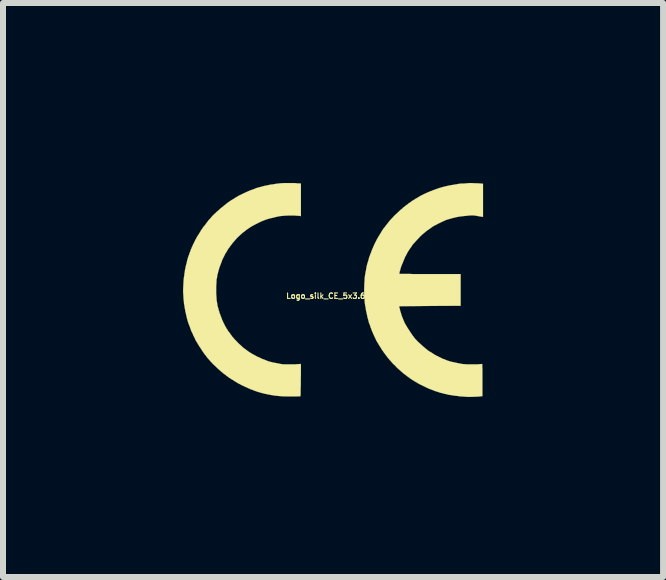
<source format=kicad_pcb>
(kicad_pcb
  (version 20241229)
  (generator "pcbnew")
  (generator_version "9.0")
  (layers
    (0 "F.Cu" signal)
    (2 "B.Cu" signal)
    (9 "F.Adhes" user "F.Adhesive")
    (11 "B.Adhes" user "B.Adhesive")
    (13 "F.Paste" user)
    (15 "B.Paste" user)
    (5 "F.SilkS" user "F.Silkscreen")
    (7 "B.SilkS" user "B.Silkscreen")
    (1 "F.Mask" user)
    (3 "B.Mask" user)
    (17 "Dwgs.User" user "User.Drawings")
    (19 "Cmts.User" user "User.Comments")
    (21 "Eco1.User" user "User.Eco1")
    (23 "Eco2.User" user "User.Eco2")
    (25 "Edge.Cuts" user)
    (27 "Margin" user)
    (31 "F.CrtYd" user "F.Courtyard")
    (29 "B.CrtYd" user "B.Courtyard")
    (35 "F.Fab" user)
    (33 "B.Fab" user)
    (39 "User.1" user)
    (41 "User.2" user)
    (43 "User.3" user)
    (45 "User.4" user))
  (footprint "Logo_silk_CE_5x3.6mm"
    (layer "F.Cu")
    (at 2.501 1.782)
    (property "Reference" "Logo_silk_CE_5x3.6mm" (at 0 0.1 0) (layer "F.SilkS") (effects (font (size 0.091 0.091) (thickness 0.018))))
    (attr through_hole)
    (fp_poly (pts (xy 2.499 -1.217) (xy 2.484 -1.219) (xy 2.438 -1.227) (xy 2.398 -1.234) (xy 2.362 -1.24) (xy 2.329 -1.242) (xy 2.304 -1.242) (xy 2.261 -1.24) (xy 2.212 -1.234) (xy 2.159 -1.229) (xy 2.103 -1.222) (xy 2.052 -1.212) (xy 2.007 -1.201) (xy 1.968 -1.191) (xy 1.933 -1.181) (xy 1.908 -1.173) (xy 1.882 -1.166) (xy 1.862 -1.156) (xy 1.839 -1.146) (xy 1.811 -1.133) (xy 1.781 -1.118) (xy 1.763 -1.11) (xy 1.725 -1.09) (xy 1.694 -1.074) (xy 1.666 -1.059) (xy 1.641 -1.041) (xy 1.613 -1.021) (xy 1.58 -0.998) (xy 1.562 -0.986) (xy 1.529 -0.958) (xy 1.491 -0.927) (xy 1.453 -0.892) (xy 1.417 -0.853) (xy 1.384 -0.818) (xy 1.359 -0.79) (xy 1.346 -0.775) (xy 1.333 -0.762) (xy 1.326 -0.752) (xy 1.318 -0.742) (xy 1.308 -0.726) (xy 1.303 -0.716) (xy 1.298 -0.709) (xy 1.29 -0.701) (xy 1.28 -0.686) (xy 1.265 -0.663) (xy 1.247 -0.635) (xy 1.229 -0.602) (xy 1.224 -0.592) (xy 1.217 -0.577) (xy 1.209 -0.564) (xy 1.206 -0.559) (xy 1.201 -0.551) (xy 1.196 -0.538) (xy 1.194 -0.531) (xy 1.186 -0.513) (xy 1.176 -0.493) (xy 1.176 -0.488) (xy 1.166 -0.465) (xy 1.156 -0.439) (xy 1.143 -0.411) (xy 1.135 -0.389) (xy 1.128 -0.366) (xy 1.123 -0.353) (xy 1.123 -0.351) (xy 1.12 -0.335) (xy 1.115 -0.318) (xy 1.11 -0.305) (xy 1.107 -0.287) (xy 1.105 -0.274) (xy 1.102 -0.269) (xy 1.107 -0.269) (xy 1.123 -0.267) (xy 1.148 -0.267) (xy 1.181 -0.267) (xy 1.224 -0.267) (xy 1.275 -0.267) (xy 1.336 -0.264) (xy 1.405 -0.264) (xy 1.478 -0.264) (xy 1.562 -0.264) (xy 1.615 -0.264) (xy 2.126 -0.264) (xy 2.126 0) (xy 2.126 0.264) (xy 1.613 0.267) (xy 1.1 0.272) (xy 1.113 0.32) (xy 1.12 0.353) (xy 1.133 0.391) (xy 1.143 0.427) (xy 1.156 0.46) (xy 1.166 0.485) (xy 1.173 0.503) (xy 1.181 0.521) (xy 1.184 0.526) (xy 1.191 0.546) (xy 1.201 0.564) (xy 1.212 0.582) (xy 1.222 0.599) (xy 1.234 0.62) (xy 1.25 0.645) (xy 1.267 0.671) (xy 1.283 0.696) (xy 1.3 0.721) (xy 1.316 0.744) (xy 1.326 0.759) (xy 1.333 0.77) (xy 1.336 0.77) (xy 1.346 0.785) (xy 1.356 0.8) (xy 1.369 0.815) (xy 1.389 0.836) (xy 1.412 0.861) (xy 1.44 0.886) (xy 1.471 0.914) (xy 1.499 0.94) (xy 1.527 0.963) (xy 1.544 0.978) (xy 1.557 0.988) (xy 1.567 0.996) (xy 1.57 0.998) (xy 1.577 1.006) (xy 1.593 1.016) (xy 1.608 1.026) (xy 1.626 1.036) (xy 1.643 1.046) (xy 1.654 1.054) (xy 1.661 1.057) (xy 1.666 1.059) (xy 1.666 1.062) (xy 1.669 1.064) (xy 1.681 1.072) (xy 1.699 1.082) (xy 1.722 1.095) (xy 1.748 1.107) (xy 1.773 1.12) (xy 1.801 1.133) (xy 1.824 1.146) (xy 1.844 1.153) (xy 1.847 1.153) (xy 1.902 1.176) (xy 1.958 1.194) (xy 2.014 1.206) (xy 2.073 1.219) (xy 2.139 1.232) (xy 2.177 1.237) (xy 2.195 1.237) (xy 2.217 1.24) (xy 2.245 1.24) (xy 2.278 1.24) (xy 2.314 1.24) (xy 2.349 1.24) (xy 2.385 1.24) (xy 2.416 1.24) (xy 2.443 1.237) (xy 2.464 1.237) (xy 2.477 1.234) (xy 2.479 1.234) (xy 2.482 1.234) (xy 2.484 1.234) (xy 2.484 1.237) (xy 2.487 1.245) (xy 2.487 1.255) (xy 2.487 1.27) (xy 2.487 1.29) (xy 2.489 1.318) (xy 2.489 1.354) (xy 2.489 1.394) (xy 2.489 1.445) (xy 2.489 1.501) (xy 2.489 1.77) (xy 2.418 1.778) (xy 2.342 1.781) (xy 2.258 1.783) (xy 2.177 1.778) (xy 2.136 1.775) (xy 2.106 1.773) (xy 2.078 1.768) (xy 2.052 1.765) (xy 2.032 1.763) (xy 2.009 1.76) (xy 1.981 1.755) (xy 1.966 1.753) (xy 1.943 1.75) (xy 1.915 1.745) (xy 1.9 1.74) (xy 1.88 1.735) (xy 1.852 1.73) (xy 1.826 1.722) (xy 1.824 1.722) (xy 1.783 1.712) (xy 1.745 1.699) (xy 1.704 1.687) (xy 1.659 1.669) (xy 1.638 1.661) (xy 1.626 1.656) (xy 1.61 1.651) (xy 1.598 1.646) (xy 1.577 1.636) (xy 1.554 1.626) (xy 1.529 1.613) (xy 1.501 1.6) (xy 1.476 1.587) (xy 1.45 1.575) (xy 1.43 1.565) (xy 1.417 1.557) (xy 1.41 1.554) (xy 1.405 1.549) (xy 1.397 1.544) (xy 1.377 1.534) (xy 1.361 1.524) (xy 1.356 1.521) (xy 1.349 1.516) (xy 1.336 1.509) (xy 1.321 1.499) (xy 1.313 1.494) (xy 1.295 1.481) (xy 1.28 1.473) (xy 1.273 1.468) (xy 1.273 1.466) (xy 1.267 1.46) (xy 1.255 1.453) (xy 1.252 1.45) (xy 1.24 1.443) (xy 1.232 1.438) (xy 1.232 1.435) (xy 1.224 1.43) (xy 1.214 1.422) (xy 1.212 1.42) (xy 1.184 1.4) (xy 1.168 1.387) (xy 1.161 1.382) (xy 1.151 1.372) (xy 1.133 1.356) (xy 1.115 1.341) (xy 1.11 1.336) (xy 1.087 1.316) (xy 1.057 1.288) (xy 1.029 1.257) (xy 0.998 1.229) (xy 0.973 1.201) (xy 0.953 1.176) (xy 0.945 1.171) (xy 0.935 1.156) (xy 0.925 1.143) (xy 0.922 1.143) (xy 0.912 1.13) (xy 0.902 1.115) (xy 0.899 1.113) (xy 0.892 1.102) (xy 0.884 1.095) (xy 0.884 1.092) (xy 0.879 1.087) (xy 0.871 1.077) (xy 0.864 1.064) (xy 0.853 1.052) (xy 0.846 1.041) (xy 0.841 1.036) (xy 0.838 1.031) (xy 0.831 1.019) (xy 0.818 1.003) (xy 0.805 0.983) (xy 0.805 0.98) (xy 0.792 0.96) (xy 0.78 0.942) (xy 0.772 0.927) (xy 0.767 0.922) (xy 0.762 0.914) (xy 0.757 0.902) (xy 0.744 0.884) (xy 0.744 0.881) (xy 0.739 0.871) (xy 0.734 0.869) (xy 0.732 0.861) (xy 0.724 0.851) (xy 0.716 0.833) (xy 0.706 0.81) (xy 0.696 0.79) (xy 0.686 0.77) (xy 0.681 0.757) (xy 0.673 0.742) (xy 0.665 0.721) (xy 0.658 0.706) (xy 0.65 0.688) (xy 0.645 0.676) (xy 0.643 0.668) (xy 0.64 0.66) (xy 0.638 0.655) (xy 0.635 0.645) (xy 0.627 0.63) (xy 0.622 0.612) (xy 0.617 0.594) (xy 0.61 0.577) (xy 0.607 0.569) (xy 0.599 0.551) (xy 0.592 0.523) (xy 0.584 0.493) (xy 0.574 0.457) (xy 0.566 0.419) (xy 0.559 0.384) (xy 0.551 0.351) (xy 0.546 0.323) (xy 0.544 0.305) (xy 0.541 0.287) (xy 0.538 0.277) (xy 0.528 0.211) (xy 0.523 0.137) (xy 0.518 0.061) (xy 0.518 -0.015) (xy 0.521 -0.091) (xy 0.521 -0.094) (xy 0.523 -0.127) (xy 0.526 -0.16) (xy 0.526 -0.188) (xy 0.528 -0.211) (xy 0.531 -0.224) (xy 0.533 -0.246) (xy 0.538 -0.272) (xy 0.541 -0.292) (xy 0.549 -0.33) (xy 0.556 -0.373) (xy 0.564 -0.411) (xy 0.574 -0.447) (xy 0.584 -0.478) (xy 0.587 -0.488) (xy 0.592 -0.5) (xy 0.592 -0.508) (xy 0.594 -0.518) (xy 0.599 -0.533) (xy 0.605 -0.554) (xy 0.615 -0.577) (xy 0.622 -0.599) (xy 0.627 -0.61) (xy 0.632 -0.62) (xy 0.638 -0.638) (xy 0.64 -0.645) (xy 0.653 -0.678) (xy 0.671 -0.719) (xy 0.691 -0.765) (xy 0.714 -0.81) (xy 0.739 -0.859) (xy 0.765 -0.902) (xy 0.79 -0.942) (xy 0.8 -0.958) (xy 0.808 -0.973) (xy 0.815 -0.983) (xy 0.818 -0.988) (xy 0.82 -0.996) (xy 0.826 -1.001) (xy 0.833 -1.008) (xy 0.833 -1.011) (xy 0.841 -1.024) (xy 0.848 -1.034) (xy 0.856 -1.041) (xy 0.866 -1.054) (xy 0.869 -1.057) (xy 0.876 -1.069) (xy 0.884 -1.079) (xy 0.886 -1.079) (xy 0.892 -1.087) (xy 0.902 -1.1) (xy 0.904 -1.102) (xy 0.927 -1.133) (xy 0.955 -1.166) (xy 0.988 -1.201) (xy 1.024 -1.24) (xy 1.062 -1.275) (xy 1.097 -1.308) (xy 1.13 -1.339) (xy 1.133 -1.341) (xy 1.153 -1.356) (xy 1.168 -1.372) (xy 1.181 -1.382) (xy 1.189 -1.387) (xy 1.212 -1.407) (xy 1.232 -1.42) (xy 1.245 -1.43) (xy 1.252 -1.438) (xy 1.255 -1.438) (xy 1.262 -1.445) (xy 1.275 -1.453) (xy 1.28 -1.455) (xy 1.295 -1.466) (xy 1.306 -1.476) (xy 1.308 -1.476) (xy 1.321 -1.486) (xy 1.331 -1.491) (xy 1.344 -1.499) (xy 1.349 -1.501) (xy 1.354 -1.506) (xy 1.364 -1.511) (xy 1.374 -1.519) (xy 1.389 -1.527) (xy 1.41 -1.539) (xy 1.415 -1.542) (xy 1.435 -1.554) (xy 1.455 -1.567) (xy 1.473 -1.575) (xy 1.476 -1.577) (xy 1.511 -1.595) (xy 1.544 -1.61) (xy 1.572 -1.623) (xy 1.598 -1.633) (xy 1.613 -1.641) (xy 1.623 -1.646) (xy 1.633 -1.646) (xy 1.648 -1.654) (xy 1.674 -1.664) (xy 1.694 -1.671) (xy 1.765 -1.697) (xy 1.847 -1.72) (xy 1.933 -1.74) (xy 2.022 -1.755) (xy 2.035 -1.758) (xy 2.057 -1.76) (xy 2.08 -1.765) (xy 2.095 -1.768) (xy 2.116 -1.77) (xy 2.139 -1.773) (xy 2.159 -1.773) (xy 2.182 -1.773) (xy 2.207 -1.775) (xy 2.235 -1.778) (xy 2.243 -1.778) (xy 2.273 -1.781) (xy 2.311 -1.781) (xy 2.357 -1.778) (xy 2.395 -1.778) (xy 2.499 -1.77) (xy 2.499 -1.494) (xy 2.499 -1.217)) (stroke (width 0.003) (type solid)) (fill yes) (layer "F.SilkS"))
    (fp_poly (pts (xy -0.536 -1.229) (xy -0.554 -1.234) (xy -0.566 -1.234) (xy -0.584 -1.237) (xy -0.61 -1.237) (xy -0.64 -1.24) (xy -0.673 -1.24) (xy -0.744 -1.24) (xy -0.808 -1.237) (xy -0.866 -1.232) (xy -0.902 -1.227) (xy -0.96 -1.214) (xy -1.011 -1.201) (xy -1.057 -1.191) (xy -1.097 -1.179) (xy -1.135 -1.166) (xy -1.173 -1.151) (xy -1.214 -1.133) (xy -1.25 -1.115) (xy -1.3 -1.09) (xy -1.349 -1.064) (xy -1.389 -1.039) (xy -1.422 -1.016) (xy -1.448 -0.998) (xy -1.453 -0.993) (xy -1.46 -0.988) (xy -1.473 -0.978) (xy -1.476 -0.975) (xy -1.488 -0.965) (xy -1.499 -0.96) (xy -1.501 -0.958) (xy -1.506 -0.953) (xy -1.519 -0.942) (xy -1.534 -0.927) (xy -1.542 -0.922) (xy -1.562 -0.902) (xy -1.582 -0.884) (xy -1.6 -0.866) (xy -1.618 -0.846) (xy -1.638 -0.823) (xy -1.654 -0.805) (xy -1.674 -0.782) (xy -1.692 -0.757) (xy -1.712 -0.732) (xy -1.73 -0.706) (xy -1.748 -0.683) (xy -1.76 -0.663) (xy -1.768 -0.648) (xy -1.773 -0.64) (xy -1.773 -0.638) (xy -1.775 -0.632) (xy -1.781 -0.627) (xy -1.791 -0.612) (xy -1.801 -0.594) (xy -1.811 -0.572) (xy -1.824 -0.546) (xy -1.836 -0.523) (xy -1.847 -0.5) (xy -1.854 -0.48) (xy -1.859 -0.467) (xy -1.859 -0.462) (xy -1.862 -0.452) (xy -1.864 -0.452) (xy -1.867 -0.445) (xy -1.872 -0.429) (xy -1.875 -0.424) (xy -1.88 -0.409) (xy -1.885 -0.399) (xy -1.885 -0.396) (xy -1.887 -0.391) (xy -1.89 -0.384) (xy -1.895 -0.371) (xy -1.9 -0.351) (xy -1.908 -0.328) (xy -1.91 -0.315) (xy -1.915 -0.297) (xy -1.92 -0.279) (xy -1.925 -0.262) (xy -1.93 -0.244) (xy -1.93 -0.231) (xy -1.933 -0.216) (xy -1.935 -0.198) (xy -1.941 -0.183) (xy -1.943 -0.16) (xy -1.943 -0.127) (xy -1.946 -0.094) (xy -1.948 -0.053) (xy -1.948 -0.015) (xy -1.948 0.02) (xy -1.948 0.058) (xy -1.946 0.086) (xy -1.943 0.132) (xy -1.941 0.17) (xy -1.935 0.203) (xy -1.93 0.234) (xy -1.925 0.267) (xy -1.915 0.3) (xy -1.91 0.318) (xy -1.905 0.34) (xy -1.897 0.361) (xy -1.895 0.373) (xy -1.89 0.389) (xy -1.887 0.399) (xy -1.885 0.399) (xy -1.882 0.406) (xy -1.877 0.422) (xy -1.875 0.429) (xy -1.869 0.442) (xy -1.864 0.455) (xy -1.864 0.457) (xy -1.859 0.465) (xy -1.859 0.467) (xy -1.857 0.475) (xy -1.852 0.49) (xy -1.844 0.508) (xy -1.839 0.518) (xy -1.829 0.541) (xy -1.819 0.561) (xy -1.811 0.577) (xy -1.808 0.582) (xy -1.801 0.597) (xy -1.791 0.615) (xy -1.788 0.62) (xy -1.778 0.635) (xy -1.773 0.645) (xy -1.773 0.648) (xy -1.77 0.653) (xy -1.768 0.653) (xy -1.763 0.658) (xy -1.763 0.66) (xy -1.76 0.665) (xy -1.753 0.678) (xy -1.74 0.696) (xy -1.727 0.711) (xy -1.714 0.729) (xy -1.709 0.737) (xy -1.702 0.747) (xy -1.692 0.759) (xy -1.689 0.767) (xy -1.676 0.782) (xy -1.656 0.805) (xy -1.633 0.831) (xy -1.605 0.859) (xy -1.577 0.889) (xy -1.544 0.919) (xy -1.529 0.932) (xy -1.511 0.95) (xy -1.499 0.96) (xy -1.491 0.968) (xy -1.481 0.975) (xy -1.471 0.98) (xy -1.458 0.991) (xy -1.445 1.001) (xy -1.435 1.008) (xy -1.43 1.011) (xy -1.425 1.016) (xy -1.41 1.026) (xy -1.392 1.039) (xy -1.369 1.052) (xy -1.346 1.067) (xy -1.323 1.079) (xy -1.29 1.097) (xy -1.257 1.115) (xy -1.219 1.13) (xy -1.186 1.148) (xy -1.156 1.158) (xy -1.079 1.189) (xy -1.003 1.209) (xy -0.922 1.224) (xy -0.899 1.229) (xy -0.874 1.234) (xy -0.859 1.237) (xy -0.846 1.237) (xy -0.826 1.24) (xy -0.798 1.24) (xy -0.767 1.24) (xy -0.732 1.24) (xy -0.696 1.24) (xy -0.66 1.24) (xy -0.627 1.24) (xy -0.597 1.237) (xy -0.572 1.237) (xy -0.554 1.234) (xy -0.544 1.234) (xy -0.541 1.232) (xy -0.541 1.234) (xy -0.538 1.237) (xy -0.538 1.242) (xy -0.536 1.25) (xy -0.536 1.265) (xy -0.536 1.283) (xy -0.536 1.308) (xy -0.536 1.339) (xy -0.536 1.379) (xy -0.536 1.425) (xy -0.538 1.483) (xy -0.538 1.499) (xy -0.538 1.552) (xy -0.538 1.6) (xy -0.541 1.643) (xy -0.541 1.684) (xy -0.541 1.717) (xy -0.541 1.742) (xy -0.544 1.76) (xy -0.544 1.77) (xy -0.549 1.773) (xy -0.564 1.773) (xy -0.584 1.773) (xy -0.612 1.775) (xy -0.643 1.775) (xy -0.678 1.775) (xy -0.711 1.775) (xy -0.747 1.775) (xy -0.78 1.775) (xy -0.81 1.773) (xy -0.833 1.773) (xy -0.843 1.773) (xy -0.874 1.77) (xy -0.904 1.768) (xy -0.932 1.765) (xy -0.953 1.763) (xy -0.958 1.763) (xy -0.98 1.76) (xy -1.006 1.755) (xy -1.024 1.753) (xy -1.079 1.742) (xy -1.14 1.73) (xy -1.201 1.714) (xy -1.26 1.697) (xy -1.311 1.679) (xy -1.331 1.671) (xy -1.341 1.666) (xy -1.356 1.661) (xy -1.372 1.656) (xy -1.389 1.648) (xy -1.412 1.638) (xy -1.438 1.626) (xy -1.468 1.613) (xy -1.499 1.598) (xy -1.527 1.585) (xy -1.554 1.57) (xy -1.577 1.56) (xy -1.593 1.549) (xy -1.603 1.544) (xy -1.605 1.542) (xy -1.61 1.539) (xy -1.621 1.532) (xy -1.636 1.524) (xy -1.654 1.511) (xy -1.674 1.499) (xy -1.697 1.486) (xy -1.714 1.473) (xy -1.73 1.466) (xy -1.74 1.458) (xy -1.742 1.455) (xy -1.748 1.45) (xy -1.758 1.443) (xy -1.763 1.44) (xy -1.775 1.433) (xy -1.783 1.427) (xy -1.783 1.425) (xy -1.788 1.42) (xy -1.798 1.412) (xy -1.814 1.402) (xy -1.816 1.4) (xy -1.834 1.387) (xy -1.847 1.374) (xy -1.857 1.367) (xy -1.867 1.359) (xy -1.882 1.346) (xy -1.895 1.333) (xy -1.915 1.316) (xy -1.938 1.295) (xy -1.963 1.27) (xy -1.991 1.245) (xy -2.017 1.217) (xy -2.04 1.194) (xy -2.055 1.176) (xy -2.057 1.173) (xy -2.075 1.153) (xy -2.088 1.138) (xy -2.101 1.125) (xy -2.108 1.113) (xy -2.118 1.097) (xy -2.126 1.09) (xy -2.139 1.074) (xy -2.146 1.062) (xy -2.154 1.054) (xy -2.162 1.041) (xy -2.174 1.024) (xy -2.189 1.001) (xy -2.205 0.975) (xy -2.217 0.958) (xy -2.23 0.94) (xy -2.24 0.922) (xy -2.245 0.912) (xy -2.248 0.909) (xy -2.253 0.904) (xy -2.253 0.902) (xy -2.256 0.894) (xy -2.263 0.884) (xy -2.268 0.876) (xy -2.273 0.869) (xy -2.278 0.859) (xy -2.286 0.846) (xy -2.294 0.833) (xy -2.301 0.813) (xy -2.314 0.787) (xy -2.332 0.752) (xy -2.337 0.737) (xy -2.349 0.711) (xy -2.36 0.693) (xy -2.365 0.678) (xy -2.37 0.668) (xy -2.372 0.658) (xy -2.377 0.645) (xy -2.377 0.643) (xy -2.383 0.627) (xy -2.39 0.607) (xy -2.4 0.584) (xy -2.403 0.574) (xy -2.413 0.549) (xy -2.423 0.518) (xy -2.431 0.485) (xy -2.436 0.472) (xy -2.441 0.445) (xy -2.449 0.414) (xy -2.454 0.386) (xy -2.459 0.373) (xy -2.464 0.351) (xy -2.466 0.328) (xy -2.471 0.31) (xy -2.471 0.307) (xy -2.474 0.287) (xy -2.477 0.264) (xy -2.479 0.257) (xy -2.484 0.229) (xy -2.487 0.191) (xy -2.492 0.15) (xy -2.494 0.107) (xy -2.497 0.064) (xy -2.499 0.025) (xy -2.499 -0.003) (xy -2.497 -0.046) (xy -2.494 -0.097) (xy -2.492 -0.147) (xy -2.487 -0.201) (xy -2.479 -0.246) (xy -2.479 -0.254) (xy -2.477 -0.277) (xy -2.471 -0.297) (xy -2.471 -0.31) (xy -2.469 -0.328) (xy -2.464 -0.348) (xy -2.459 -0.371) (xy -2.459 -0.373) (xy -2.454 -0.399) (xy -2.446 -0.427) (xy -2.438 -0.457) (xy -2.436 -0.472) (xy -2.428 -0.503) (xy -2.421 -0.528) (xy -2.416 -0.546) (xy -2.41 -0.561) (xy -2.408 -0.569) (xy -2.403 -0.579) (xy -2.398 -0.594) (xy -2.393 -0.612) (xy -2.385 -0.63) (xy -2.38 -0.645) (xy -2.375 -0.655) (xy -2.372 -0.665) (xy -2.37 -0.668) (xy -2.37 -0.676) (xy -2.362 -0.688) (xy -2.355 -0.709) (xy -2.349 -0.719) (xy -2.332 -0.759) (xy -2.316 -0.79) (xy -2.304 -0.815) (xy -2.294 -0.838) (xy -2.283 -0.853) (xy -2.276 -0.871) (xy -2.266 -0.886) (xy -2.256 -0.904) (xy -2.243 -0.922) (xy -2.228 -0.947) (xy -2.225 -0.95) (xy -2.215 -0.968) (xy -2.207 -0.98) (xy -2.202 -0.991) (xy -2.2 -0.996) (xy -2.195 -1.001) (xy -2.187 -1.011) (xy -2.184 -1.013) (xy -2.177 -1.029) (xy -2.169 -1.039) (xy -2.167 -1.041) (xy -2.162 -1.049) (xy -2.151 -1.062) (xy -2.136 -1.079) (xy -2.121 -1.1) (xy -2.106 -1.12) (xy -2.09 -1.14) (xy -2.08 -1.156) (xy -2.073 -1.163) (xy -2.065 -1.171) (xy -2.052 -1.186) (xy -2.037 -1.201) (xy -2.032 -1.209) (xy -2.012 -1.232) (xy -1.994 -1.25) (xy -1.976 -1.267) (xy -1.956 -1.285) (xy -1.935 -1.306) (xy -1.91 -1.326) (xy -1.892 -1.344) (xy -1.88 -1.354) (xy -1.869 -1.364) (xy -1.862 -1.369) (xy -1.854 -1.374) (xy -1.849 -1.379) (xy -1.836 -1.389) (xy -1.824 -1.4) (xy -1.821 -1.402) (xy -1.811 -1.41) (xy -1.798 -1.42) (xy -1.783 -1.433) (xy -1.768 -1.443) (xy -1.758 -1.453) (xy -1.753 -1.455) (xy -1.748 -1.46) (xy -1.735 -1.468) (xy -1.717 -1.481) (xy -1.699 -1.494) (xy -1.679 -1.504) (xy -1.664 -1.514) (xy -1.651 -1.521) (xy -1.646 -1.524) (xy -1.638 -1.529) (xy -1.636 -1.534) (xy -1.631 -1.537) (xy -1.628 -1.537) (xy -1.623 -1.539) (xy -1.61 -1.547) (xy -1.603 -1.552) (xy -1.585 -1.562) (xy -1.565 -1.575) (xy -1.549 -1.58) (xy -1.532 -1.59) (xy -1.509 -1.6) (xy -1.483 -1.613) (xy -1.466 -1.621) (xy -1.44 -1.633) (xy -1.422 -1.641) (xy -1.407 -1.648) (xy -1.394 -1.654) (xy -1.384 -1.656) (xy -1.374 -1.661) (xy -1.318 -1.681) (xy -1.298 -1.689) (xy -1.28 -1.697) (xy -1.255 -1.704) (xy -1.224 -1.712) (xy -1.189 -1.722) (xy -1.151 -1.732) (xy -1.113 -1.74) (xy -1.074 -1.748) (xy -1.041 -1.755) (xy -1.019 -1.758) (xy -0.996 -1.76) (xy -0.973 -1.765) (xy -0.953 -1.768) (xy -0.912 -1.773) (xy -0.866 -1.778) (xy -0.813 -1.781) (xy -0.754 -1.781) (xy -0.696 -1.781) (xy -0.64 -1.781) (xy -0.587 -1.775) (xy -0.566 -1.775) (xy -0.536 -1.773) (xy -0.536 -1.501) (xy -0.536 -1.229)) (stroke (width 0.003) (type solid)) (fill yes) (layer "F.SilkS")))
  (gr_rect
    (start -3 -3)
    (end 8.001 6.566)
    (stroke (width 0.1) (type default))
    (fill no)
    (layer "Edge.Cuts")))
</source>
